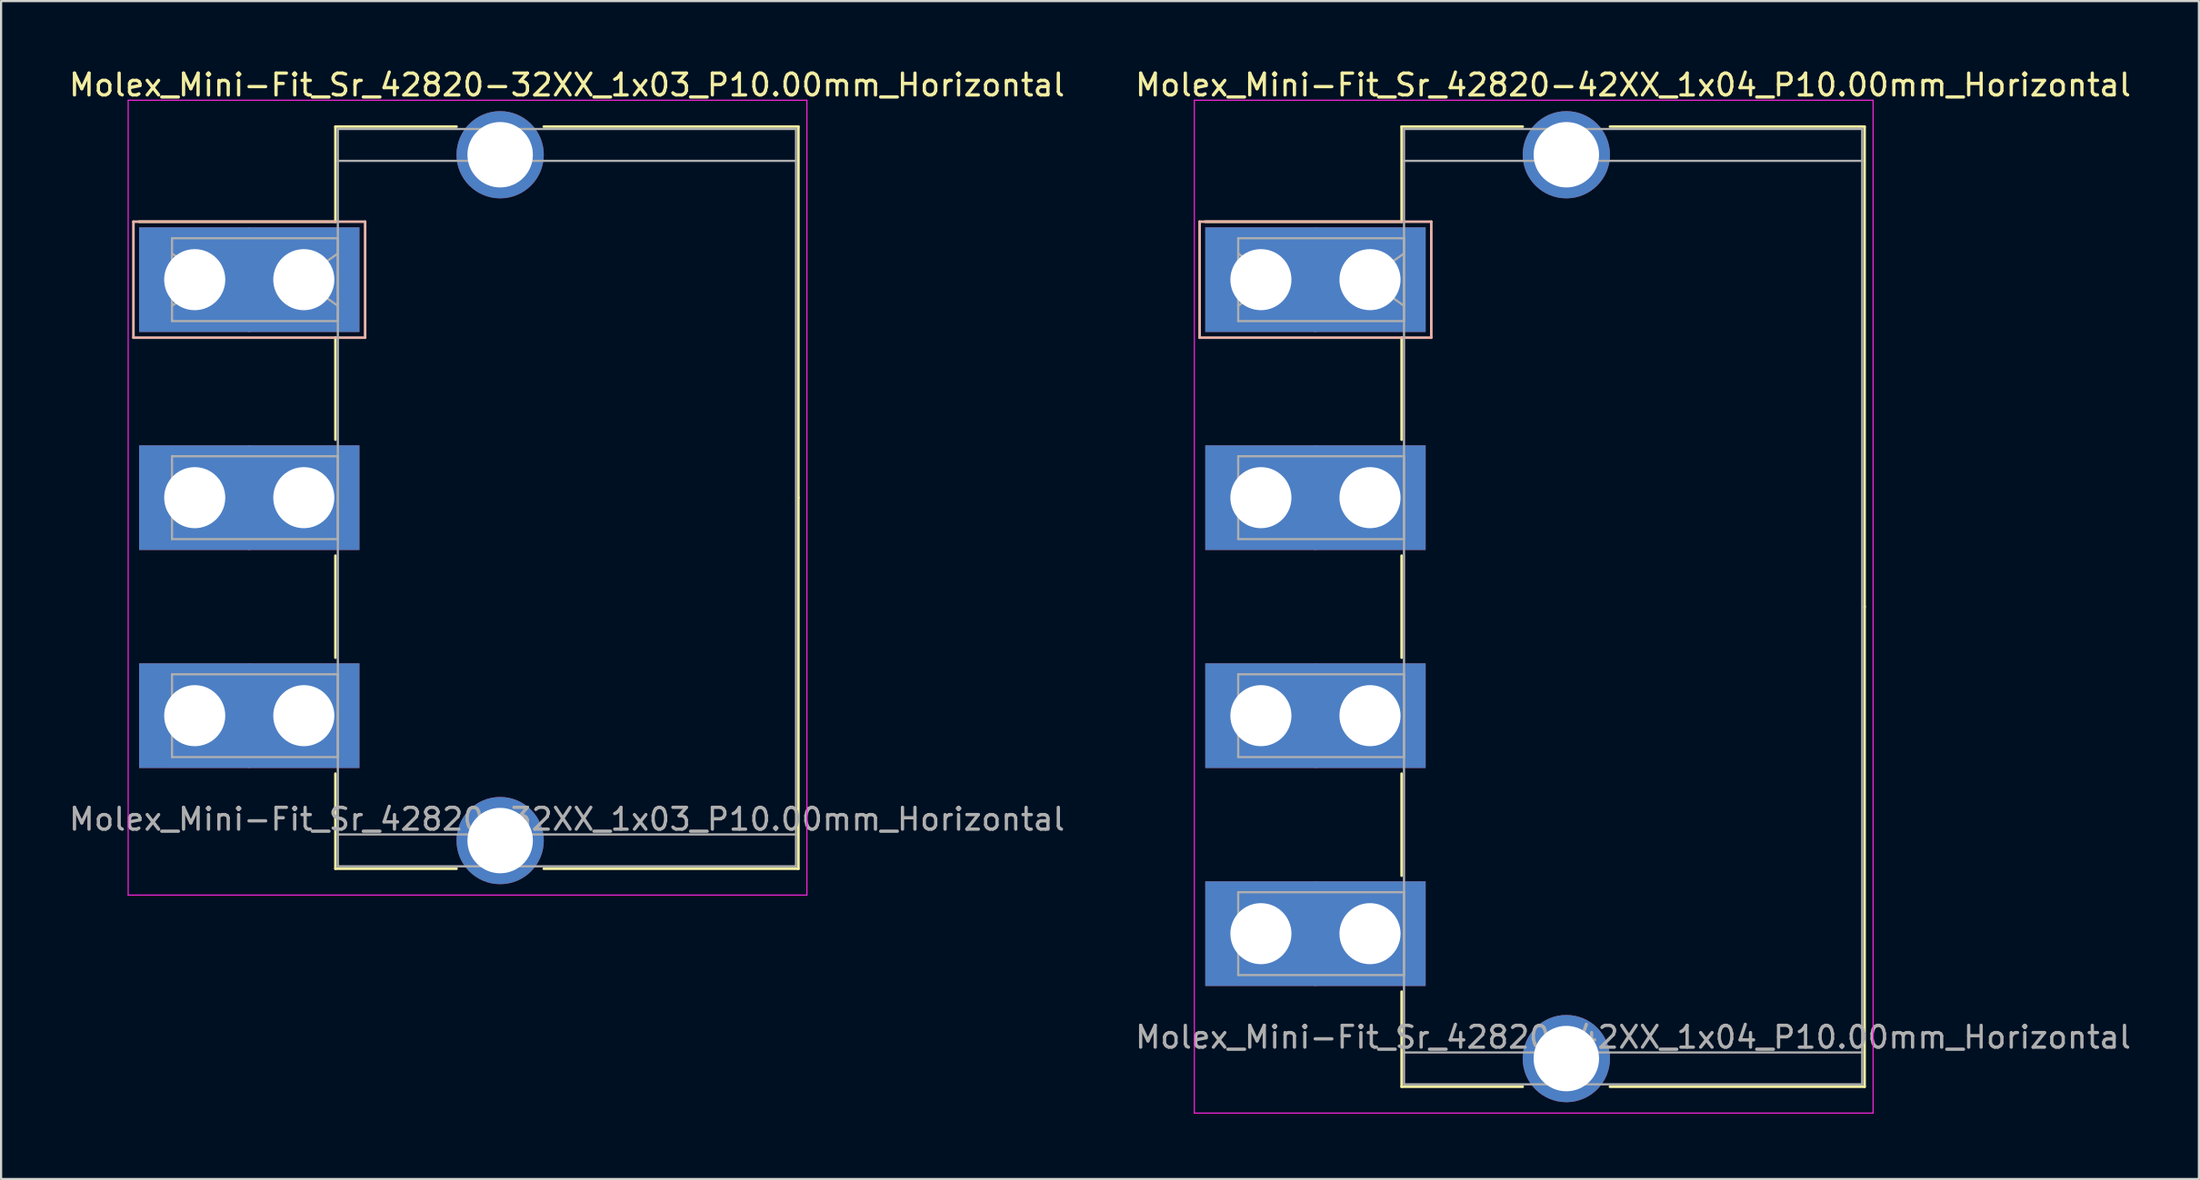
<source format=kicad_pcb>
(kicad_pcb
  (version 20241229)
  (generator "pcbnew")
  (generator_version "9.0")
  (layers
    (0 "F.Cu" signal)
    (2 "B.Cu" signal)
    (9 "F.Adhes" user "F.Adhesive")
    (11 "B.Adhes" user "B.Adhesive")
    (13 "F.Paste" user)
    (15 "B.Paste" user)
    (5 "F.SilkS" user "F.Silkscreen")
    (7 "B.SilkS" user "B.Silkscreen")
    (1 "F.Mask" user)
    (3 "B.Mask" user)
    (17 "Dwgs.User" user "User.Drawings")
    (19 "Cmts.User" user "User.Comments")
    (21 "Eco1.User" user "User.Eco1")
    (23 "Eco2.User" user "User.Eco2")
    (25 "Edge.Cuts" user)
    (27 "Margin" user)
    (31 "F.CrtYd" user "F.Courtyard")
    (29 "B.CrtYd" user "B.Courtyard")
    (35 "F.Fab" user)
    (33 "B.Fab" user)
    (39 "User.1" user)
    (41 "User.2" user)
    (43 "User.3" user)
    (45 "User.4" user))
  (footprint "Molex_Mini-Fit_Sr_42820-42XX_1x04_P10.00mm_Horizontal"
    (layer "F.Cu")
    (at 54.744 9.778)
    (property "Reference" "Molex_Mini-Fit_Sr_42820-42XX_1x04_P10.00mm_Horizontal" (at 17.06 -8.93 0) (layer "F.SilkS") (effects (font (size 1 1) (thickness 0.15))))
    (attr through_hole)
    (fp_line (start 6.45 -7.02) (end 12 -7.02) (stroke (width 0.12) (type solid)) (layer "F.SilkS"))
    (fp_line (start 6.45 -2.66) (end -2.55 -2.66) (stroke (width 0.12) (type solid)) (layer "F.SilkS"))
    (fp_line (start 6.45 -2.66) (end 6.45 -7.02) (stroke (width 0.12) (type solid)) (layer "F.SilkS"))
    (fp_line (start 6.45 2.66) (end 6.45 7.34) (stroke (width 0.12) (type solid)) (layer "F.SilkS"))
    (fp_line (start 6.45 12.66) (end 6.45 17.34) (stroke (width 0.12) (type solid)) (layer "F.SilkS"))
    (fp_line (start 6.45 22.66) (end 6.45 27.34) (stroke (width 0.12) (type solid)) (layer "F.SilkS"))
    (fp_line (start 6.45 32.66) (end 6.45 37.02) (stroke (width 0.12) (type solid)) (layer "F.SilkS"))
    (fp_line (start 6.45 37.02) (end 12 37.02) (stroke (width 0.12) (type solid)) (layer "F.SilkS"))
    (fp_line (start 16 -7.02) (end 27.67 -7.02) (stroke (width 0.12) (type solid)) (layer "F.SilkS"))
    (fp_line (start 16 37.02) (end 27.67 37.02) (stroke (width 0.12) (type solid)) (layer "F.SilkS"))
    (fp_line (start 27.67 -7.02) (end 27.67 15) (stroke (width 0.12) (type solid)) (layer "F.SilkS"))
    (fp_line (start 27.67 37.02) (end 27.67 15) (stroke (width 0.12) (type solid)) (layer "F.SilkS"))
    (fp_line (start -2.81 -2.66) (end -2.81 2.66) (stroke (width 0.12) (type solid)) (layer "B.SilkS"))
    (fp_line (start -2.81 2.66) (end 7.81 2.66) (stroke (width 0.12) (type solid)) (layer "B.SilkS"))
    (fp_line (start 7.81 -2.66) (end -2.81 -2.66) (stroke (width 0.12) (type solid)) (layer "B.SilkS"))
    (fp_line (start 7.81 2.66) (end 7.81 -2.66) (stroke (width 0.12) (type solid)) (layer "B.SilkS"))
    (fp_line (start -3.05 -8.23) (end -3.05 38.23) (stroke (width 0.05) (type solid)) (layer "F.CrtYd"))
    (fp_line (start -3.05 38.23) (end 28.06 38.23) (stroke (width 0.05) (type solid)) (layer "F.CrtYd"))
    (fp_line (start 28.06 -8.23) (end -3.05 -8.23) (stroke (width 0.05) (type solid)) (layer "F.CrtYd"))
    (fp_line (start 28.06 38.23) (end 28.06 -8.23) (stroke (width 0.05) (type solid)) (layer "F.CrtYd"))
    (fp_line (start -1.04 -1.9) (end 6.56 -1.9) (stroke (width 0.1) (type solid)) (layer "F.Fab"))
    (fp_line (start -1.04 -1.2) (end 0.657 0) (stroke (width 0.1) (type solid)) (layer "F.Fab"))
    (fp_line (start -1.04 1.9) (end -1.04 -1.9) (stroke (width 0.1) (type solid)) (layer "F.Fab"))
    (fp_line (start -1.04 8.1) (end 6.56 8.1) (stroke (width 0.1) (type solid)) (layer "F.Fab"))
    (fp_line (start -1.04 11.9) (end -1.04 8.1) (stroke (width 0.1) (type solid)) (layer "F.Fab"))
    (fp_line (start -1.04 18.1) (end 6.56 18.1) (stroke (width 0.1) (type solid)) (layer "F.Fab"))
    (fp_line (start -1.04 21.9) (end -1.04 18.1) (stroke (width 0.1) (type solid)) (layer "F.Fab"))
    (fp_line (start -1.04 28.1) (end 6.56 28.1) (stroke (width 0.1) (type solid)) (layer "F.Fab"))
    (fp_line (start -1.04 31.9) (end -1.04 28.1) (stroke (width 0.1) (type solid)) (layer "F.Fab"))
    (fp_line (start 0.657 0) (end -1.04 1.2) (stroke (width 0.1) (type solid)) (layer "F.Fab"))
    (fp_line (start 4.863 0) (end 6.56 1.2) (stroke (width 0.1) (type solid)) (layer "F.Fab"))
    (fp_line (start 6.56 -6.91) (end 6.56 36.91) (stroke (width 0.1) (type solid)) (layer "F.Fab"))
    (fp_line (start 6.56 -5.45) (end 27.56 -5.45) (stroke (width 0.1) (type solid)) (layer "F.Fab"))
    (fp_line (start 6.56 -1.9) (end 6.56 1.9) (stroke (width 0.1) (type solid)) (layer "F.Fab"))
    (fp_line (start 6.56 -1.2) (end 4.863 0) (stroke (width 0.1) (type solid)) (layer "F.Fab"))
    (fp_line (start 6.56 1.9) (end -1.04 1.9) (stroke (width 0.1) (type solid)) (layer "F.Fab"))
    (fp_line (start 6.56 8.1) (end 6.56 11.9) (stroke (width 0.1) (type solid)) (layer "F.Fab"))
    (fp_line (start 6.56 11.9) (end -1.04 11.9) (stroke (width 0.1) (type solid)) (layer "F.Fab"))
    (fp_line (start 6.56 18.1) (end 6.56 21.9) (stroke (width 0.1) (type solid)) (layer "F.Fab"))
    (fp_line (start 6.56 21.9) (end -1.04 21.9) (stroke (width 0.1) (type solid)) (layer "F.Fab"))
    (fp_line (start 6.56 28.1) (end 6.56 31.9) (stroke (width 0.1) (type solid)) (layer "F.Fab"))
    (fp_line (start 6.56 31.9) (end -1.04 31.9) (stroke (width 0.1) (type solid)) (layer "F.Fab"))
    (fp_line (start 6.56 35.45) (end 27.56 35.45) (stroke (width 0.1) (type solid)) (layer "F.Fab"))
    (fp_line (start 6.56 36.91) (end 27.56 36.91) (stroke (width 0.1) (type solid)) (layer "F.Fab"))
    (fp_line (start 27.56 -6.91) (end 6.56 -6.91) (stroke (width 0.1) (type solid)) (layer "F.Fab"))
    (fp_line (start 27.56 36.91) (end 27.56 -6.91) (stroke (width 0.1) (type solid)) (layer "F.Fab"))
    (fp_text user "${REFERENCE}" (at 17.06 34.75 0) (layer "F.Fab") (effects (font (size 1 1) (thickness 0.15))))
    (pad "" thru_hole circle (at 14 -5.73) (size 4 4) (drill 3) (layers "*.Cu" "*.Mask"))
    (pad "" thru_hole circle (at 14 35.73) (size 4 4) (drill 3) (layers "*.Cu" "*.Mask"))
    (pad "1" thru_hole rect (at 0 0) (size 5.1 4.8) (drill 2.8) (layers "*.Cu" "*.Mask"))
    (pad "1" thru_hole rect (at 5 0) (size 5.1 4.8) (drill 2.8) (layers "*.Cu" "*.Mask"))
    (pad "2" thru_hole rect (at 0 10) (size 5.1 4.8) (drill 2.8) (layers "*.Cu" "*.Mask"))
    (pad "2" thru_hole rect (at 5 10) (size 5.1 4.8) (drill 2.8) (layers "*.Cu" "*.Mask"))
    (pad "3" thru_hole rect (at 0 20) (size 5.1 4.8) (drill 2.8) (layers "*.Cu" "*.Mask"))
    (pad "3" thru_hole rect (at 5 20) (size 5.1 4.8) (drill 2.8) (layers "*.Cu" "*.Mask"))
    (pad "4" thru_hole rect (at 0 30) (size 5.1 4.8) (drill 2.8) (layers "*.Cu" "*.Mask"))
    (pad "4" thru_hole rect (at 5 30) (size 5.1 4.8) (drill 2.8) (layers "*.Cu" "*.Mask")))
  (footprint "Molex_Mini-Fit_Sr_42820-32XX_1x03_P10.00mm_Horizontal"
    (layer "F.Cu")
    (at 5.875 9.778)
    (property "Reference" "Molex_Mini-Fit_Sr_42820-32XX_1x03_P10.00mm_Horizontal" (at 17.06 -8.93 0) (layer "F.SilkS") (effects (font (size 1 1) (thickness 0.15))))
    (attr through_hole)
    (fp_line (start 6.45 -7.02) (end 12 -7.02) (stroke (width 0.12) (type solid)) (layer "F.SilkS"))
    (fp_line (start 6.45 -2.66) (end -2.55 -2.66) (stroke (width 0.12) (type solid)) (layer "F.SilkS"))
    (fp_line (start 6.45 -2.66) (end 6.45 -7.02) (stroke (width 0.12) (type solid)) (layer "F.SilkS"))
    (fp_line (start 6.45 2.66) (end 6.45 7.34) (stroke (width 0.12) (type solid)) (layer "F.SilkS"))
    (fp_line (start 6.45 12.66) (end 6.45 17.34) (stroke (width 0.12) (type solid)) (layer "F.SilkS"))
    (fp_line (start 6.45 22.66) (end 6.45 27.02) (stroke (width 0.12) (type solid)) (layer "F.SilkS"))
    (fp_line (start 6.45 27.02) (end 12 27.02) (stroke (width 0.12) (type solid)) (layer "F.SilkS"))
    (fp_line (start 16 -7.02) (end 27.67 -7.02) (stroke (width 0.12) (type solid)) (layer "F.SilkS"))
    (fp_line (start 16 27.02) (end 27.67 27.02) (stroke (width 0.12) (type solid)) (layer "F.SilkS"))
    (fp_line (start 27.67 -7.02) (end 27.67 10) (stroke (width 0.12) (type solid)) (layer "F.SilkS"))
    (fp_line (start 27.67 27.02) (end 27.67 10) (stroke (width 0.12) (type solid)) (layer "F.SilkS"))
    (fp_line (start -2.81 -2.66) (end -2.81 2.66) (stroke (width 0.12) (type solid)) (layer "B.SilkS"))
    (fp_line (start -2.81 2.66) (end 7.81 2.66) (stroke (width 0.12) (type solid)) (layer "B.SilkS"))
    (fp_line (start 7.81 -2.66) (end -2.81 -2.66) (stroke (width 0.12) (type solid)) (layer "B.SilkS"))
    (fp_line (start 7.81 2.66) (end 7.81 -2.66) (stroke (width 0.12) (type solid)) (layer "B.SilkS"))
    (fp_line (start -3.05 -8.23) (end -3.05 28.23) (stroke (width 0.05) (type solid)) (layer "F.CrtYd"))
    (fp_line (start -3.05 28.23) (end 28.06 28.23) (stroke (width 0.05) (type solid)) (layer "F.CrtYd"))
    (fp_line (start 28.06 -8.23) (end -3.05 -8.23) (stroke (width 0.05) (type solid)) (layer "F.CrtYd"))
    (fp_line (start 28.06 28.23) (end 28.06 -8.23) (stroke (width 0.05) (type solid)) (layer "F.CrtYd"))
    (fp_line (start -1.04 -1.9) (end 6.56 -1.9) (stroke (width 0.1) (type solid)) (layer "F.Fab"))
    (fp_line (start -1.04 -1.2) (end 0.657 0) (stroke (width 0.1) (type solid)) (layer "F.Fab"))
    (fp_line (start -1.04 1.9) (end -1.04 -1.9) (stroke (width 0.1) (type solid)) (layer "F.Fab"))
    (fp_line (start -1.04 8.1) (end 6.56 8.1) (stroke (width 0.1) (type solid)) (layer "F.Fab"))
    (fp_line (start -1.04 11.9) (end -1.04 8.1) (stroke (width 0.1) (type solid)) (layer "F.Fab"))
    (fp_line (start -1.04 18.1) (end 6.56 18.1) (stroke (width 0.1) (type solid)) (layer "F.Fab"))
    (fp_line (start -1.04 21.9) (end -1.04 18.1) (stroke (width 0.1) (type solid)) (layer "F.Fab"))
    (fp_line (start 0.657 0) (end -1.04 1.2) (stroke (width 0.1) (type solid)) (layer "F.Fab"))
    (fp_line (start 4.863 0) (end 6.56 1.2) (stroke (width 0.1) (type solid)) (layer "F.Fab"))
    (fp_line (start 6.56 -6.91) (end 6.56 26.91) (stroke (width 0.1) (type solid)) (layer "F.Fab"))
    (fp_line (start 6.56 -5.45) (end 27.56 -5.45) (stroke (width 0.1) (type solid)) (layer "F.Fab"))
    (fp_line (start 6.56 -1.9) (end 6.56 1.9) (stroke (width 0.1) (type solid)) (layer "F.Fab"))
    (fp_line (start 6.56 -1.2) (end 4.863 0) (stroke (width 0.1) (type solid)) (layer "F.Fab"))
    (fp_line (start 6.56 1.9) (end -1.04 1.9) (stroke (width 0.1) (type solid)) (layer "F.Fab"))
    (fp_line (start 6.56 8.1) (end 6.56 11.9) (stroke (width 0.1) (type solid)) (layer "F.Fab"))
    (fp_line (start 6.56 11.9) (end -1.04 11.9) (stroke (width 0.1) (type solid)) (layer "F.Fab"))
    (fp_line (start 6.56 18.1) (end 6.56 21.9) (stroke (width 0.1) (type solid)) (layer "F.Fab"))
    (fp_line (start 6.56 21.9) (end -1.04 21.9) (stroke (width 0.1) (type solid)) (layer "F.Fab"))
    (fp_line (start 6.56 25.45) (end 27.56 25.45) (stroke (width 0.1) (type solid)) (layer "F.Fab"))
    (fp_line (start 6.56 26.91) (end 27.56 26.91) (stroke (width 0.1) (type solid)) (layer "F.Fab"))
    (fp_line (start 27.56 -6.91) (end 6.56 -6.91) (stroke (width 0.1) (type solid)) (layer "F.Fab"))
    (fp_line (start 27.56 26.91) (end 27.56 -6.91) (stroke (width 0.1) (type solid)) (layer "F.Fab"))
    (fp_text user "${REFERENCE}" (at 17.06 24.75 0) (layer "F.Fab") (effects (font (size 1 1) (thickness 0.15))))
    (pad "" thru_hole circle (at 14 -5.73) (size 4 4) (drill 3) (layers "*.Cu" "*.Mask"))
    (pad "" thru_hole circle (at 14 25.73) (size 4 4) (drill 3) (layers "*.Cu" "*.Mask"))
    (pad "1" thru_hole rect (at 0 0) (size 5.1 4.8) (drill 2.8) (layers "*.Cu" "*.Mask"))
    (pad "1" thru_hole rect (at 5 0) (size 5.1 4.8) (drill 2.8) (layers "*.Cu" "*.Mask"))
    (pad "2" thru_hole rect (at 0 10) (size 5.1 4.8) (drill 2.8) (layers "*.Cu" "*.Mask"))
    (pad "2" thru_hole rect (at 5 10) (size 5.1 4.8) (drill 2.8) (layers "*.Cu" "*.Mask"))
    (pad "3" thru_hole rect (at 0 20) (size 5.1 4.8) (drill 2.8) (layers "*.Cu" "*.Mask"))
    (pad "3" thru_hole rect (at 5 20) (size 5.1 4.8) (drill 2.8) (layers "*.Cu" "*.Mask")))
  (gr_rect
    (start -3 -3)
    (end 97.738 51.033)
    (stroke (width 0.1) (type default))
    (fill no)
    (layer "Edge.Cuts")))
</source>
